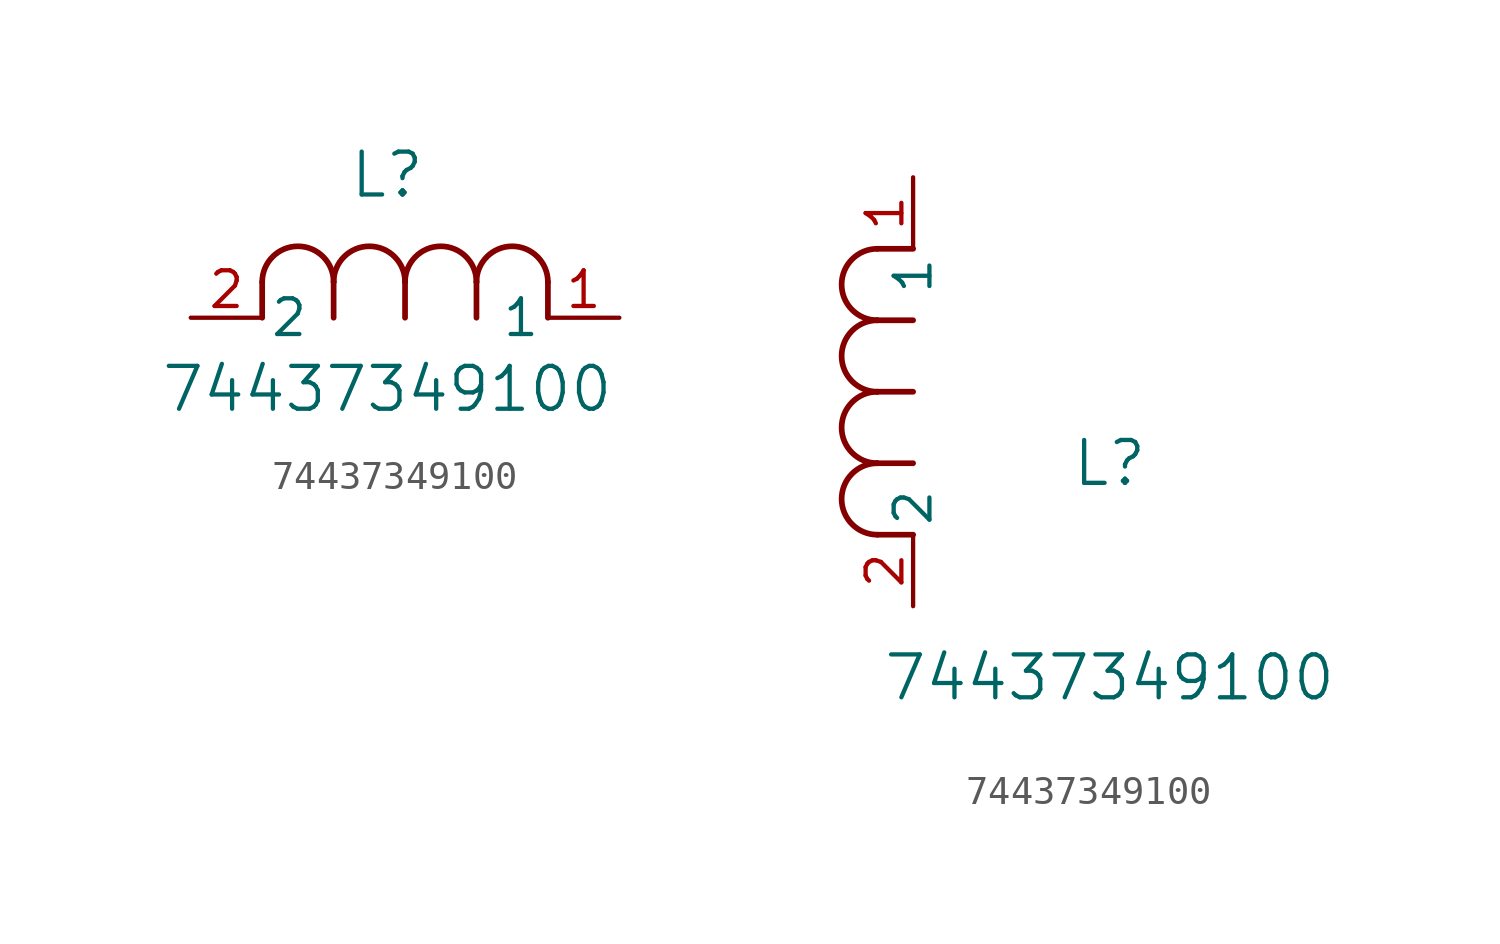
<source format=kicad_sym>
(kicad_symbol_lib
  (version 20211014)
  (generator kicad_symbol_editor)
  (symbol "74437349100"
    (pin_names
      (offset 0.254))
    (property "Reference" "L"
      (at 6.985 5.08 0)
      (effects (font (size 1.524 1.524))))
    (property "Value" "74437349100"
      (at 6.985 -2.54 0)
      (effects (font (size 1.524 1.524))))
    (symbol "74437349100_1_1"
      (arc (start 7.62 1.27) (mid 6.35 2.54) (end 5.08 1.27) (stroke (width 0.2032) (type default) (color 0 0 0 0)) (fill (type none)))
      (polyline (pts (xy 5.08 0) (xy 5.08 1.27)) (stroke (width 0.203) (type default) (color 0 0 0 0)) (fill (type none)))
      (polyline (pts (xy 7.62 0) (xy 7.62 1.27)) (stroke (width 0.203) (type default) (color 0 0 0 0)) (fill (type none)))
      (polyline (pts (xy 12.7 0) (xy 12.7 1.27)) (stroke (width 0.203) (type default) (color 0 0 0 0)) (fill (type none)))
      (arc (start 5.08 1.27) (mid 3.81 2.54) (end 2.54 1.27) (stroke (width 0.2032) (type default) (color 0 0 0 0)) (fill (type none)))
      (arc (start 10.16 1.27) (mid 8.89 2.54) (end 7.62 1.27) (stroke (width 0.2032) (type default) (color 0 0 0 0)) (fill (type none)))
      (arc (start 12.7 1.27) (mid 11.43 2.54) (end 10.16 1.27) (stroke (width 0.2032) (type default) (color 0 0 0 0)) (fill (type none)))
      (polyline (pts (xy 2.54 0) (xy 2.54 1.27)) (stroke (width 0.203) (type default) (color 0 0 0 0)) (fill (type none)))
      (polyline (pts (xy 10.16 0) (xy 10.16 1.27)) (stroke (width 0.203) (type default) (color 0 0 0 0)) (fill (type none)))
      (pin unspecified line (at 0 0 0) (length 2.54) (name "2" (effects (font (size 1.27 1.27)))) (number "2" (effects (font (size 1.27 1.27)))))
      (pin unspecified line (at 15.24 0 180) (length 2.54) (name "1" (effects (font (size 1.27 1.27)))) (number "1" (effects (font (size 1.27 1.27))))))
    (symbol "74437349100_1_2"
      (arc (start -1.27 7.62) (mid -2.54 6.35) (end -1.27 5.08) (stroke (width 0.2032) (type default) (color 0 0 0 0)) (fill (type none)))
      (arc (start -1.27 5.08) (mid -2.54 3.81) (end -1.27 2.54) (stroke (width 0.2032) (type default) (color 0 0 0 0)) (fill (type none)))
      (arc (start -1.27 12.7) (mid -2.54 11.43) (end -1.27 10.16) (stroke (width 0.2032) (type default) (color 0 0 0 0)) (fill (type none)))
      (arc (start -1.27 10.16) (mid -2.54 8.89) (end -1.27 7.62) (stroke (width 0.2032) (type default) (color 0 0 0 0)) (fill (type none)))
      (polyline (pts (xy 0 7.62) (xy -1.27 7.62)) (stroke (width 0.203) (type default) (color 0 0 0 0)) (fill (type none)))
      (polyline (pts (xy 0 5.08) (xy -1.27 5.08)) (stroke (width 0.203) (type default) (color 0 0 0 0)) (fill (type none)))
      (polyline (pts (xy 0 12.7) (xy -1.27 12.7)) (stroke (width 0.203) (type default) (color 0 0 0 0)) (fill (type none)))
      (polyline (pts (xy 0 2.54) (xy -1.27 2.54)) (stroke (width 0.203) (type default) (color 0 0 0 0)) (fill (type none)))
      (polyline (pts (xy 0 10.16) (xy -1.27 10.16)) (stroke (width 0.203) (type default) (color 0 0 0 0)) (fill (type none)))
      (pin unspecified line (at 0 0 90) (length 2.54) (name "2" (effects (font (size 1.27 1.27)))) (number "2" (effects (font (size 1.27 1.27)))))
      (pin unspecified line (at 0 15.24 270) (length 2.54) (name "1" (effects (font (size 1.27 1.27)))) (number "1" (effects (font (size 1.27 1.27))))))))
</source>
